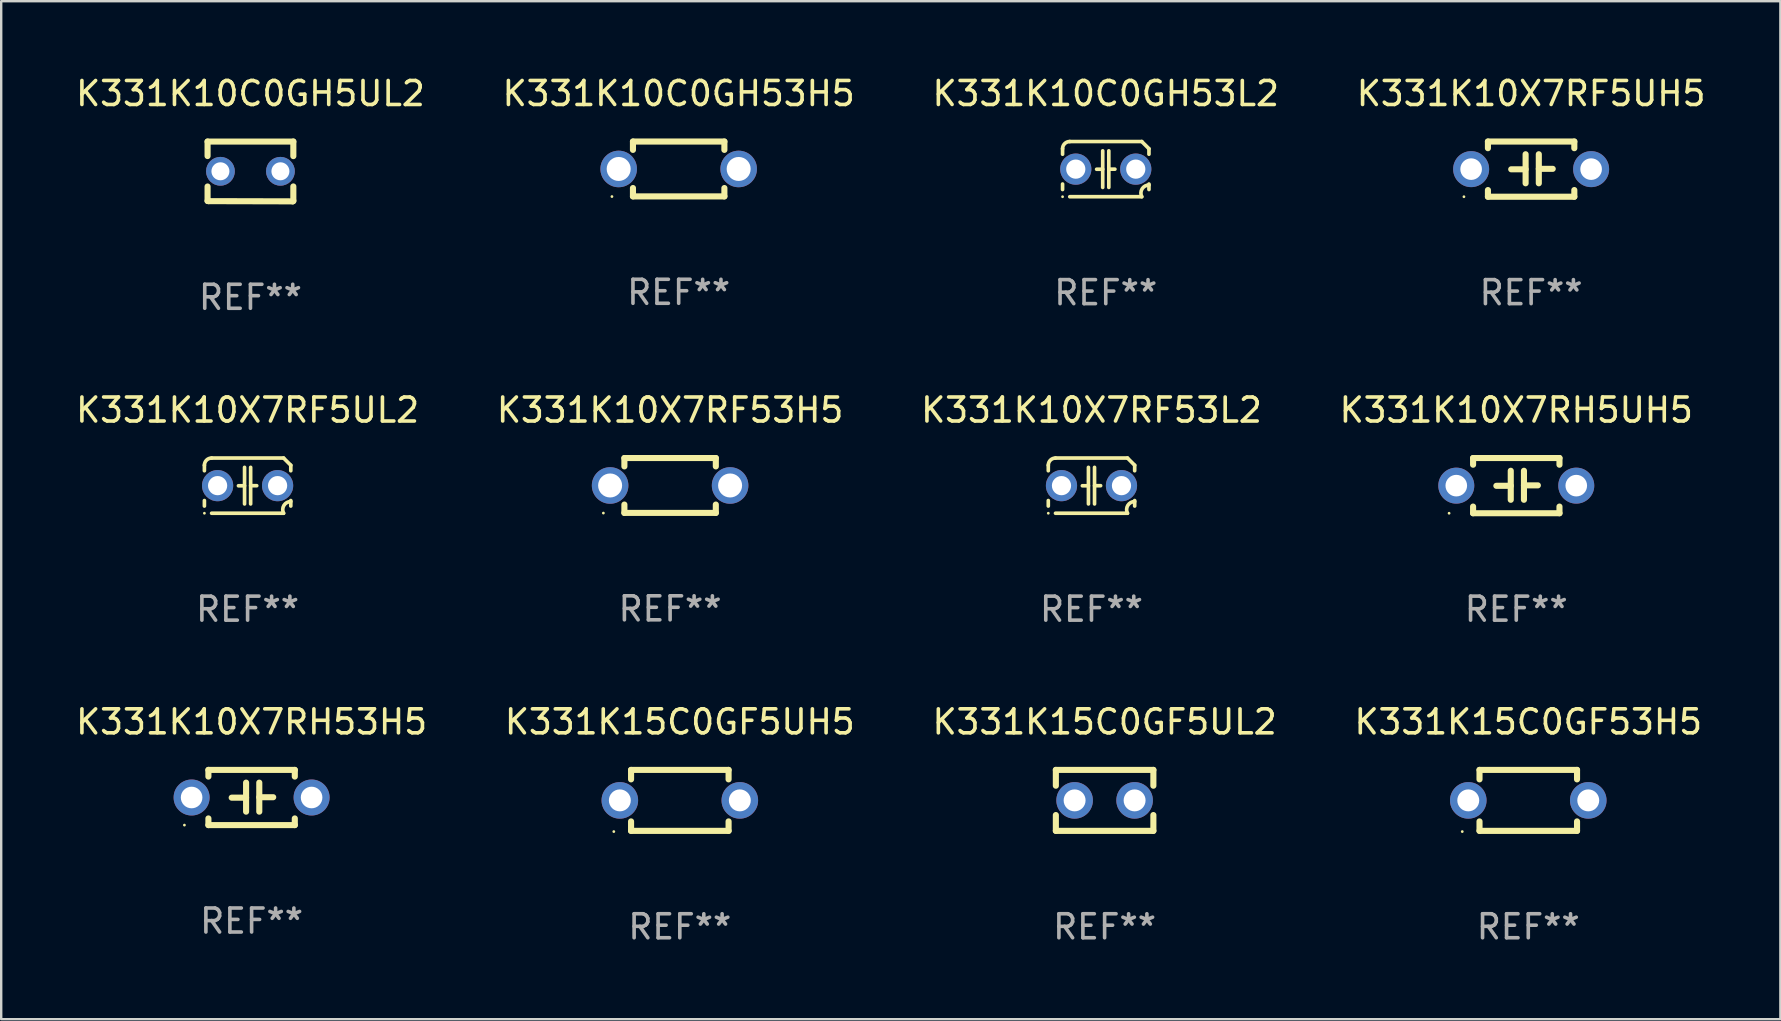
<source format=kicad_pcb>
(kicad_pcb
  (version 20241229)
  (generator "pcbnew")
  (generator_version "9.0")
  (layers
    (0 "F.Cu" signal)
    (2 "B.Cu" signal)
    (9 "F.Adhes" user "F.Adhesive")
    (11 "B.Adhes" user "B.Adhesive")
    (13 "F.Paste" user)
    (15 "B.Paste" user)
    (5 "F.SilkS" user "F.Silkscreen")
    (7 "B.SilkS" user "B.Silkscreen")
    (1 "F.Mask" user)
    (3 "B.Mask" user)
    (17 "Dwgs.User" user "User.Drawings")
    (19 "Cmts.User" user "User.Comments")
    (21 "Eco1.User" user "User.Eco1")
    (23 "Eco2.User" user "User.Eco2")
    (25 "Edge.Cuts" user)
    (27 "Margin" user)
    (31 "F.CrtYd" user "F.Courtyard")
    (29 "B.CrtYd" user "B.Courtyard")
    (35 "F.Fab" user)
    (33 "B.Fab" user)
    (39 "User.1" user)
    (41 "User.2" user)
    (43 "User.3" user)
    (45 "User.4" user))
  (footprint "K331K15C0GF5UL2"
    (layer "F.Cu")
    (at 42.982 30.304)
    (property "Reference" "K331K15C0GF5UL2" (at 0 -3.27 0) (layer "F.SilkS") (effects (font (size 1 1) (thickness 0.15))))
    (attr through_hole)
    (fp_line (start -2.032 -1.27) (end -2.032 -0.611) (stroke (width 0.254) (type solid)) (layer "F.SilkS"))
    (fp_line (start -2.032 0.611) (end -2.032 1.27) (stroke (width 0.254) (type solid)) (layer "F.SilkS"))
    (fp_line (start -2.032 1.27) (end 2.032 1.27) (stroke (width 0.254) (type solid)) (layer "F.SilkS"))
    (fp_line (start 2.032 -1.27) (end -2.032 -1.27) (stroke (width 0.254) (type solid)) (layer "F.SilkS"))
    (fp_line (start 2.032 -0.611) (end 2.032 -1.27) (stroke (width 0.254) (type solid)) (layer "F.SilkS"))
    (fp_line (start 2.032 1.27) (end 2.032 0.611) (stroke (width 0.254) (type solid)) (layer "F.SilkS"))
    (fp_circle (center -2 1.3) (end -1.97 1.3) (stroke (width 0.06) (type solid)) (fill no) (layer "F.SilkS"))
    (fp_text user "REF**" (at 0 5.27 0) (layer "F.Fab") (effects (font (size 1 1) (thickness 0.15))))
    (pad "1" thru_hole circle (at -1.25 0) (size 1.524 1.524) (drill 0.914) (layers "*.Cu" "*.Mask"))
    (pad "2" thru_hole circle (at 1.25 0) (size 1.524 1.524) (drill 0.914) (layers "*.Cu" "*.Mask")))
  (footprint "K331K10C0GH5UL2"
    (layer "F.Cu")
    (at 7.387 4.095)
    (property "Reference" "K331K10C0GH5UL2" (at 0 -3.246 0) (layer "F.SilkS") (effects (font (size 1 1) (thickness 0.15))))
    (attr through_hole)
    (fp_line (start -1.787 -1.246) (end -1.787 -0.642) (stroke (width 0.254) (type solid)) (layer "F.SilkS"))
    (fp_line (start -1.787 0.627) (end -1.787 1.228) (stroke (width 0.254) (type solid)) (layer "F.SilkS"))
    (fp_line (start -1.787 1.228) (end -1.75 1.237) (stroke (width 0.254) (type solid)) (layer "F.SilkS"))
    (fp_line (start -1.75 1.237) (end 1.759 1.246) (stroke (width 0.254) (type solid)) (layer "F.SilkS"))
    (fp_line (start 1.759 1.246) (end 1.787 1.218) (stroke (width 0.254) (type solid)) (layer "F.SilkS"))
    (fp_line (start 1.787 -1.246) (end -1.787 -1.246) (stroke (width 0.254) (type solid)) (layer "F.SilkS"))
    (fp_line (start 1.787 -0.639) (end 1.787 -1.246) (stroke (width 0.254) (type solid)) (layer "F.SilkS"))
    (fp_line (start 1.787 1.237) (end 1.787 0.625) (stroke (width 0.254) (type solid)) (layer "F.SilkS"))
    (fp_circle (center -1.801 1.243) (end -1.771 1.243) (stroke (width 0.06) (type solid)) (fill no) (layer "F.SilkS"))
    (fp_text user "REF**" (at 0 5.246 0) (layer "F.Fab") (effects (font (size 1 1) (thickness 0.15))))
    (pad "1" thru_hole circle (at -1.251 -0.007) (size 1.2 1.2) (drill 0.75) (layers "*.Cu" "*.Mask"))
    (pad "2" thru_hole circle (at 1.249 -0.007) (size 1.2 1.2) (drill 0.75) (layers "*.Cu" "*.Mask")))
  (footprint "K331K10X7RF53H5"
    (layer "F.Cu")
    (at 24.875 17.181)
    (property "Reference" "K331K10X7RF53H5" (at 0 -3.143 0) (layer "F.SilkS") (effects (font (size 1 1) (thickness 0.15))))
    (attr through_hole)
    (fp_line (start -1.905 -1.143) (end 1.905 -1.143) (stroke (width 0.254) (type solid)) (layer "F.SilkS"))
    (fp_line (start -1.905 -0.795) (end -1.905 -1.143) (stroke (width 0.254) (type solid)) (layer "F.SilkS"))
    (fp_line (start -1.905 1.143) (end -1.905 0.795) (stroke (width 0.254) (type solid)) (layer "F.SilkS"))
    (fp_line (start 1.905 -1.143) (end 1.905 -0.795) (stroke (width 0.254) (type solid)) (layer "F.SilkS"))
    (fp_line (start 1.905 0.795) (end 1.905 1.143) (stroke (width 0.254) (type solid)) (layer "F.SilkS"))
    (fp_line (start 1.905 1.143) (end -1.905 1.143) (stroke (width 0.254) (type solid)) (layer "F.SilkS"))
    (fp_circle (center -2.781 1.15) (end -2.751 1.15) (stroke (width 0.06) (type solid)) (fill no) (layer "F.SilkS"))
    (fp_text user "REF**" (at 0 5.143 0) (layer "F.Fab") (effects (font (size 1 1) (thickness 0.15))))
    (pad "1" thru_hole circle (at -2.5 0) (size 1.524 1.524) (drill 1) (layers "*.Cu" "*.Mask"))
    (pad "2" thru_hole circle (at 2.5 0) (size 1.524 1.524) (drill 1) (layers "*.Cu" "*.Mask")))
  (footprint "K331K15C0GF5UH5"
    (layer "F.Cu")
    (at 25.28 30.304)
    (property "Reference" "K331K15C0GF5UH5" (at 0 -3.27 0) (layer "F.SilkS") (effects (font (size 1 1) (thickness 0.15))))
    (attr through_hole)
    (fp_line (start -2.032 -1.27) (end -2.032 -0.876) (stroke (width 0.254) (type solid)) (layer "F.SilkS"))
    (fp_line (start -2.032 0.876) (end -2.032 1.27) (stroke (width 0.254) (type solid)) (layer "F.SilkS"))
    (fp_line (start -2.032 1.27) (end 2.032 1.27) (stroke (width 0.254) (type solid)) (layer "F.SilkS"))
    (fp_line (start 2.032 -1.27) (end -2.032 -1.27) (stroke (width 0.254) (type solid)) (layer "F.SilkS"))
    (fp_line (start 2.032 -0.876) (end 2.032 -1.27) (stroke (width 0.254) (type solid)) (layer "F.SilkS"))
    (fp_line (start 2.032 1.27) (end 2.032 0.876) (stroke (width 0.254) (type solid)) (layer "F.SilkS"))
    (fp_circle (center -2.751 1.3) (end -2.721 1.3) (stroke (width 0.06) (type solid)) (fill no) (layer "F.SilkS"))
    (fp_text user "REF**" (at 0 5.27 0) (layer "F.Fab") (effects (font (size 1 1) (thickness 0.15))))
    (pad "1" thru_hole circle (at -2.5 0) (size 1.524 1.524) (drill 0.914) (layers "*.Cu" "*.Mask"))
    (pad "2" thru_hole circle (at 2.5 0) (size 1.524 1.524) (drill 0.914) (layers "*.Cu" "*.Mask")))
  (footprint "K331K10X7RH53H5"
    (layer "F.Cu")
    (at 7.435 30.184)
    (property "Reference" "K331K10X7RH53H5" (at 0 -3.15 0) (layer "F.SilkS") (effects (font (size 1 1) (thickness 0.15))))
    (attr through_hole)
    (fp_line (start -1.8 -1.15) (end -1.8 -0.872) (stroke (width 0.254) (type solid)) (layer "F.SilkS"))
    (fp_line (start -1.8 -1.15) (end 1.8 -1.15) (stroke (width 0.254) (type solid)) (layer "F.SilkS"))
    (fp_line (start -1.8 0.872) (end -1.8 1.15) (stroke (width 0.254) (type solid)) (layer "F.SilkS"))
    (fp_line (start -1.8 1.15) (end 1.8 1.15) (stroke (width 0.254) (type solid)) (layer "F.SilkS"))
    (fp_line (start -0.23 -0.62) (end -0.23 0.59) (stroke (width 0.254) (type solid)) (layer "F.SilkS"))
    (fp_line (start -0.23 0.007) (end -0.83 0.007) (stroke (width 0.254) (type solid)) (layer "F.SilkS"))
    (fp_line (start 0.32 -0.62) (end 0.32 0.59) (stroke (width 0.254) (type solid)) (layer "F.SilkS"))
    (fp_line (start 0.32 -0.012) (end 0.9 -0.012) (stroke (width 0.254) (type solid)) (layer "F.SilkS"))
    (fp_line (start 1.8 -1.15) (end 1.8 -0.872) (stroke (width 0.254) (type solid)) (layer "F.SilkS"))
    (fp_line (start 1.8 0.872) (end 1.8 1.15) (stroke (width 0.254) (type solid)) (layer "F.SilkS"))
    (fp_circle (center -2.8 1.15) (end -2.77 1.15) (stroke (width 0.06) (type solid)) (fill no) (layer "F.SilkS"))
    (fp_text user "REF**" (at 0 5.15 0) (layer "F.Fab") (effects (font (size 1 1) (thickness 0.15))))
    (pad "1" thru_hole circle (at -2.5 0) (size 1.5 1.5) (drill 0.9) (layers "*.Cu" "*.Mask"))
    (pad "2" thru_hole circle (at 2.5 0) (size 1.5 1.5) (drill 0.9) (layers "*.Cu" "*.Mask")))
  (footprint "K331K15C0GF53H5"
    (layer "F.Cu")
    (at 60.637 30.304)
    (property "Reference" "K331K15C0GF53H5" (at 0 -3.27 0) (layer "F.SilkS") (effects (font (size 1 1) (thickness 0.15))))
    (attr through_hole)
    (fp_line (start -2.032 -1.27) (end -2.032 -0.876) (stroke (width 0.254) (type solid)) (layer "F.SilkS"))
    (fp_line (start -2.032 0.876) (end -2.032 1.27) (stroke (width 0.254) (type solid)) (layer "F.SilkS"))
    (fp_line (start -2.032 1.27) (end 2.032 1.27) (stroke (width 0.254) (type solid)) (layer "F.SilkS"))
    (fp_line (start 2.032 -1.27) (end -2.032 -1.27) (stroke (width 0.254) (type solid)) (layer "F.SilkS"))
    (fp_line (start 2.032 -0.876) (end 2.032 -1.27) (stroke (width 0.254) (type solid)) (layer "F.SilkS"))
    (fp_line (start 2.032 1.27) (end 2.032 0.876) (stroke (width 0.254) (type solid)) (layer "F.SilkS"))
    (fp_circle (center -2.751 1.3) (end -2.721 1.3) (stroke (width 0.06) (type solid)) (fill no) (layer "F.SilkS"))
    (fp_text user "REF**" (at 0 5.27 0) (layer "F.Fab") (effects (font (size 1 1) (thickness 0.15))))
    (pad "1" thru_hole circle (at -2.5 0) (size 1.524 1.524) (drill 0.914) (layers "*.Cu" "*.Mask"))
    (pad "2" thru_hole circle (at 2.5 0) (size 1.524 1.524) (drill 0.914) (layers "*.Cu" "*.Mask")))
  (footprint "K331K10C0GH53L2"
    (layer "F.Cu")
    (at 43.03 3.998)
    (property "Reference" "K331K10C0GH53L2" (at 0 -3.15 0) (layer "F.SilkS") (effects (font (size 1 1) (thickness 0.15))))
    (attr through_hole)
    (fp_line (start -1.8 -0.621) (end -1.8 -0.85) (stroke (width 0.152) (type solid)) (layer "F.SilkS"))
    (fp_line (start -1.8 0.85) (end -1.8 0.621) (stroke (width 0.152) (type solid)) (layer "F.SilkS"))
    (fp_line (start -1.5 -1.15) (end 1.5 -1.15) (stroke (width 0.152) (type solid)) (layer "F.SilkS"))
    (fp_line (start -0.127 -0.762) (end -0.127 0.762) (stroke (width 0.152) (type solid)) (layer "F.SilkS"))
    (fp_line (start -0.127 0.005) (end -0.381 0.005) (stroke (width 0.152) (type solid)) (layer "F.SilkS"))
    (fp_line (start 0.127 -0.762) (end 0.127 0.762) (stroke (width 0.152) (type solid)) (layer "F.SilkS"))
    (fp_line (start 0.127 0.002) (end 0.381 0.002) (stroke (width 0.152) (type solid)) (layer "F.SilkS"))
    (fp_line (start 1.5 1.15) (end -1.5 1.15) (stroke (width 0.152) (type solid)) (layer "F.SilkS"))
    (fp_line (start 1.8 -0.85) (end 1.8 -0.621) (stroke (width 0.152) (type solid)) (layer "F.SilkS"))
    (fp_line (start 1.8 0.621) (end 1.8 0.85) (stroke (width 0.152) (type solid)) (layer "F.SilkS"))
    (fp_arc (start -1.799975 -0.849987) (mid -1.712107 -1.062119) (end -1.499975 -1.149987) (stroke (width 0.151994) (type solid)) (layer "F.SilkS"))
    (fp_arc (start 1.499975 1.149987) (mid 1.513726 0.822359) (end 1.799975 0.662387) (stroke (width 0.151994) (type solid)) (layer "F.SilkS"))
    (fp_arc (start 1.500001 -1.149986) (mid 1.650015 -1.000001) (end 1.8 -0.849987) (stroke (width 0.151994) (type solid)) (layer "F.SilkS"))
    (fp_circle (center -1.8 1.15) (end -1.77 1.15) (stroke (width 0.06) (type solid)) (fill no) (layer "F.SilkS"))
    (fp_text user "REF**" (at 0 5.15 0) (layer "F.Fab") (effects (font (size 1 1) (thickness 0.15))))
    (pad "1" thru_hole circle (at -1.25 0) (size 1.3 1.3) (drill 0.8) (layers "*.Cu" "*.Mask"))
    (pad "2" thru_hole circle (at 1.25 0) (size 1.3 1.3) (drill 0.8) (layers "*.Cu" "*.Mask")))
  (footprint "K331K10C0GH53H5"
    (layer "F.Cu")
    (at 25.232 3.991)
    (property "Reference" "K331K10C0GH53H5" (at 0 -3.143 0) (layer "F.SilkS") (effects (font (size 1 1) (thickness 0.15))))
    (attr through_hole)
    (fp_line (start -1.905 -1.143) (end 1.905 -1.143) (stroke (width 0.254) (type solid)) (layer "F.SilkS"))
    (fp_line (start -1.905 -0.795) (end -1.905 -1.143) (stroke (width 0.254) (type solid)) (layer "F.SilkS"))
    (fp_line (start -1.905 1.143) (end -1.905 0.795) (stroke (width 0.254) (type solid)) (layer "F.SilkS"))
    (fp_line (start 1.905 -1.143) (end 1.905 -0.795) (stroke (width 0.254) (type solid)) (layer "F.SilkS"))
    (fp_line (start 1.905 0.795) (end 1.905 1.143) (stroke (width 0.254) (type solid)) (layer "F.SilkS"))
    (fp_line (start 1.905 1.143) (end -1.905 1.143) (stroke (width 0.254) (type solid)) (layer "F.SilkS"))
    (fp_circle (center -2.781 1.15) (end -2.751 1.15) (stroke (width 0.06) (type solid)) (fill no) (layer "F.SilkS"))
    (fp_text user "REF**" (at 0 5.143 0) (layer "F.Fab") (effects (font (size 1 1) (thickness 0.15))))
    (pad "1" thru_hole circle (at -2.5 0) (size 1.524 1.524) (drill 1) (layers "*.Cu" "*.Mask"))
    (pad "2" thru_hole circle (at 2.5 0) (size 1.524 1.524) (drill 1) (layers "*.Cu" "*.Mask")))
  (footprint "K331K10X7RF5UL2"
    (layer "F.Cu")
    (at 7.268 17.188)
    (property "Reference" "K331K10X7RF5UL2" (at 0 -3.15 0) (layer "F.SilkS") (effects (font (size 1 1) (thickness 0.15))))
    (attr through_hole)
    (fp_line (start -1.8 -0.621) (end -1.8 -0.85) (stroke (width 0.152) (type solid)) (layer "F.SilkS"))
    (fp_line (start -1.8 0.85) (end -1.8 0.621) (stroke (width 0.152) (type solid)) (layer "F.SilkS"))
    (fp_line (start -1.5 -1.15) (end 1.5 -1.15) (stroke (width 0.152) (type solid)) (layer "F.SilkS"))
    (fp_line (start -0.127 -0.762) (end -0.127 0.762) (stroke (width 0.152) (type solid)) (layer "F.SilkS"))
    (fp_line (start -0.127 0.005) (end -0.381 0.005) (stroke (width 0.152) (type solid)) (layer "F.SilkS"))
    (fp_line (start 0.127 -0.762) (end 0.127 0.762) (stroke (width 0.152) (type solid)) (layer "F.SilkS"))
    (fp_line (start 0.127 0.002) (end 0.381 0.002) (stroke (width 0.152) (type solid)) (layer "F.SilkS"))
    (fp_line (start 1.5 1.15) (end -1.5 1.15) (stroke (width 0.152) (type solid)) (layer "F.SilkS"))
    (fp_line (start 1.8 -0.85) (end 1.8 -0.621) (stroke (width 0.152) (type solid)) (layer "F.SilkS"))
    (fp_line (start 1.8 0.621) (end 1.8 0.85) (stroke (width 0.152) (type solid)) (layer "F.SilkS"))
    (fp_arc (start -1.799975 -0.849987) (mid -1.712107 -1.062119) (end -1.499975 -1.149987) (stroke (width 0.151994) (type solid)) (layer "F.SilkS"))
    (fp_arc (start 1.499975 1.149987) (mid 1.513726 0.822359) (end 1.799975 0.662387) (stroke (width 0.151994) (type solid)) (layer "F.SilkS"))
    (fp_arc (start 1.500001 -1.149986) (mid 1.650015 -1.000001) (end 1.8 -0.849987) (stroke (width 0.151994) (type solid)) (layer "F.SilkS"))
    (fp_circle (center -1.8 1.15) (end -1.77 1.15) (stroke (width 0.06) (type solid)) (fill no) (layer "F.SilkS"))
    (fp_text user "REF**" (at 0 5.15 0) (layer "F.Fab") (effects (font (size 1 1) (thickness 0.15))))
    (pad "1" thru_hole circle (at -1.25 0) (size 1.3 1.3) (drill 0.8) (layers "*.Cu" "*.Mask"))
    (pad "2" thru_hole circle (at 1.25 0) (size 1.3 1.3) (drill 0.8) (layers "*.Cu" "*.Mask")))
  (footprint "K331K10X7RH5UH5"
    (layer "F.Cu")
    (at 60.137 17.188)
    (property "Reference" "K331K10X7RH5UH5" (at 0 -3.15 0) (layer "F.SilkS") (effects (font (size 1 1) (thickness 0.15))))
    (attr through_hole)
    (fp_line (start -1.8 -1.15) (end -1.8 -0.872) (stroke (width 0.254) (type solid)) (layer "F.SilkS"))
    (fp_line (start -1.8 -1.15) (end 1.8 -1.15) (stroke (width 0.254) (type solid)) (layer "F.SilkS"))
    (fp_line (start -1.8 0.872) (end -1.8 1.15) (stroke (width 0.254) (type solid)) (layer "F.SilkS"))
    (fp_line (start -1.8 1.15) (end 1.8 1.15) (stroke (width 0.254) (type solid)) (layer "F.SilkS"))
    (fp_line (start -0.23 -0.62) (end -0.23 0.59) (stroke (width 0.254) (type solid)) (layer "F.SilkS"))
    (fp_line (start -0.23 0.007) (end -0.83 0.007) (stroke (width 0.254) (type solid)) (layer "F.SilkS"))
    (fp_line (start 0.32 -0.62) (end 0.32 0.59) (stroke (width 0.254) (type solid)) (layer "F.SilkS"))
    (fp_line (start 0.32 -0.012) (end 0.9 -0.012) (stroke (width 0.254) (type solid)) (layer "F.SilkS"))
    (fp_line (start 1.8 -1.15) (end 1.8 -0.872) (stroke (width 0.254) (type solid)) (layer "F.SilkS"))
    (fp_line (start 1.8 0.872) (end 1.8 1.15) (stroke (width 0.254) (type solid)) (layer "F.SilkS"))
    (fp_circle (center -2.8 1.15) (end -2.77 1.15) (stroke (width 0.06) (type solid)) (fill no) (layer "F.SilkS"))
    (fp_text user "REF**" (at 0 5.15 0) (layer "F.Fab") (effects (font (size 1 1) (thickness 0.15))))
    (pad "1" thru_hole circle (at -2.5 0) (size 1.5 1.5) (drill 0.9) (layers "*.Cu" "*.Mask"))
    (pad "2" thru_hole circle (at 2.5 0) (size 1.5 1.5) (drill 0.9) (layers "*.Cu" "*.Mask")))
  (footprint "K331K10X7RF5UH5"
    (layer "F.Cu")
    (at 60.756 3.998)
    (property "Reference" "K331K10X7RF5UH5" (at 0 -3.15 0) (layer "F.SilkS") (effects (font (size 1 1) (thickness 0.15))))
    (attr through_hole)
    (fp_line (start -1.8 -1.15) (end -1.8 -0.872) (stroke (width 0.254) (type solid)) (layer "F.SilkS"))
    (fp_line (start -1.8 -1.15) (end 1.8 -1.15) (stroke (width 0.254) (type solid)) (layer "F.SilkS"))
    (fp_line (start -1.8 0.872) (end -1.8 1.15) (stroke (width 0.254) (type solid)) (layer "F.SilkS"))
    (fp_line (start -1.8 1.15) (end 1.8 1.15) (stroke (width 0.254) (type solid)) (layer "F.SilkS"))
    (fp_line (start -0.23 -0.62) (end -0.23 0.59) (stroke (width 0.254) (type solid)) (layer "F.SilkS"))
    (fp_line (start -0.23 0.007) (end -0.83 0.007) (stroke (width 0.254) (type solid)) (layer "F.SilkS"))
    (fp_line (start 0.32 -0.62) (end 0.32 0.59) (stroke (width 0.254) (type solid)) (layer "F.SilkS"))
    (fp_line (start 0.32 -0.012) (end 0.9 -0.012) (stroke (width 0.254) (type solid)) (layer "F.SilkS"))
    (fp_line (start 1.8 -1.15) (end 1.8 -0.872) (stroke (width 0.254) (type solid)) (layer "F.SilkS"))
    (fp_line (start 1.8 0.872) (end 1.8 1.15) (stroke (width 0.254) (type solid)) (layer "F.SilkS"))
    (fp_circle (center -2.8 1.15) (end -2.77 1.15) (stroke (width 0.06) (type solid)) (fill no) (layer "F.SilkS"))
    (fp_text user "REF**" (at 0 5.15 0) (layer "F.Fab") (effects (font (size 1 1) (thickness 0.15))))
    (pad "1" thru_hole circle (at -2.5 0) (size 1.5 1.5) (drill 0.9) (layers "*.Cu" "*.Mask"))
    (pad "2" thru_hole circle (at 2.5 0) (size 1.5 1.5) (drill 0.9) (layers "*.Cu" "*.Mask")))
  (footprint "K331K10X7RF53L2"
    (layer "F.Cu")
    (at 42.435 17.188)
    (property "Reference" "K331K10X7RF53L2" (at 0 -3.15 0) (layer "F.SilkS") (effects (font (size 1 1) (thickness 0.15))))
    (attr through_hole)
    (fp_line (start -1.8 -0.621) (end -1.8 -0.85) (stroke (width 0.152) (type solid)) (layer "F.SilkS"))
    (fp_line (start -1.8 0.85) (end -1.8 0.621) (stroke (width 0.152) (type solid)) (layer "F.SilkS"))
    (fp_line (start -1.5 -1.15) (end 1.5 -1.15) (stroke (width 0.152) (type solid)) (layer "F.SilkS"))
    (fp_line (start -0.127 -0.762) (end -0.127 0.762) (stroke (width 0.152) (type solid)) (layer "F.SilkS"))
    (fp_line (start -0.127 0.005) (end -0.381 0.005) (stroke (width 0.152) (type solid)) (layer "F.SilkS"))
    (fp_line (start 0.127 -0.762) (end 0.127 0.762) (stroke (width 0.152) (type solid)) (layer "F.SilkS"))
    (fp_line (start 0.127 0.002) (end 0.381 0.002) (stroke (width 0.152) (type solid)) (layer "F.SilkS"))
    (fp_line (start 1.5 1.15) (end -1.5 1.15) (stroke (width 0.152) (type solid)) (layer "F.SilkS"))
    (fp_line (start 1.8 -0.85) (end 1.8 -0.621) (stroke (width 0.152) (type solid)) (layer "F.SilkS"))
    (fp_line (start 1.8 0.621) (end 1.8 0.85) (stroke (width 0.152) (type solid)) (layer "F.SilkS"))
    (fp_arc (start -1.799975 -0.849987) (mid -1.712107 -1.062119) (end -1.499975 -1.149987) (stroke (width 0.151994) (type solid)) (layer "F.SilkS"))
    (fp_arc (start 1.499975 1.149987) (mid 1.513726 0.822359) (end 1.799975 0.662387) (stroke (width 0.151994) (type solid)) (layer "F.SilkS"))
    (fp_arc (start 1.500001 -1.149986) (mid 1.650015 -1.000001) (end 1.8 -0.849987) (stroke (width 0.151994) (type solid)) (layer "F.SilkS"))
    (fp_circle (center -1.8 1.15) (end -1.77 1.15) (stroke (width 0.06) (type solid)) (fill no) (layer "F.SilkS"))
    (fp_text user "REF**" (at 0 5.15 0) (layer "F.Fab") (effects (font (size 1 1) (thickness 0.15))))
    (pad "1" thru_hole circle (at -1.25 0) (size 1.3 1.3) (drill 0.8) (layers "*.Cu" "*.Mask"))
    (pad "2" thru_hole circle (at 1.25 0) (size 1.3 1.3) (drill 0.8) (layers "*.Cu" "*.Mask")))
  (gr_rect
    (start -3 -3)
    (end 71.143 39.422)
    (stroke (width 0.1) (type default))
    (fill no)
    (layer "Edge.Cuts")))
</source>
